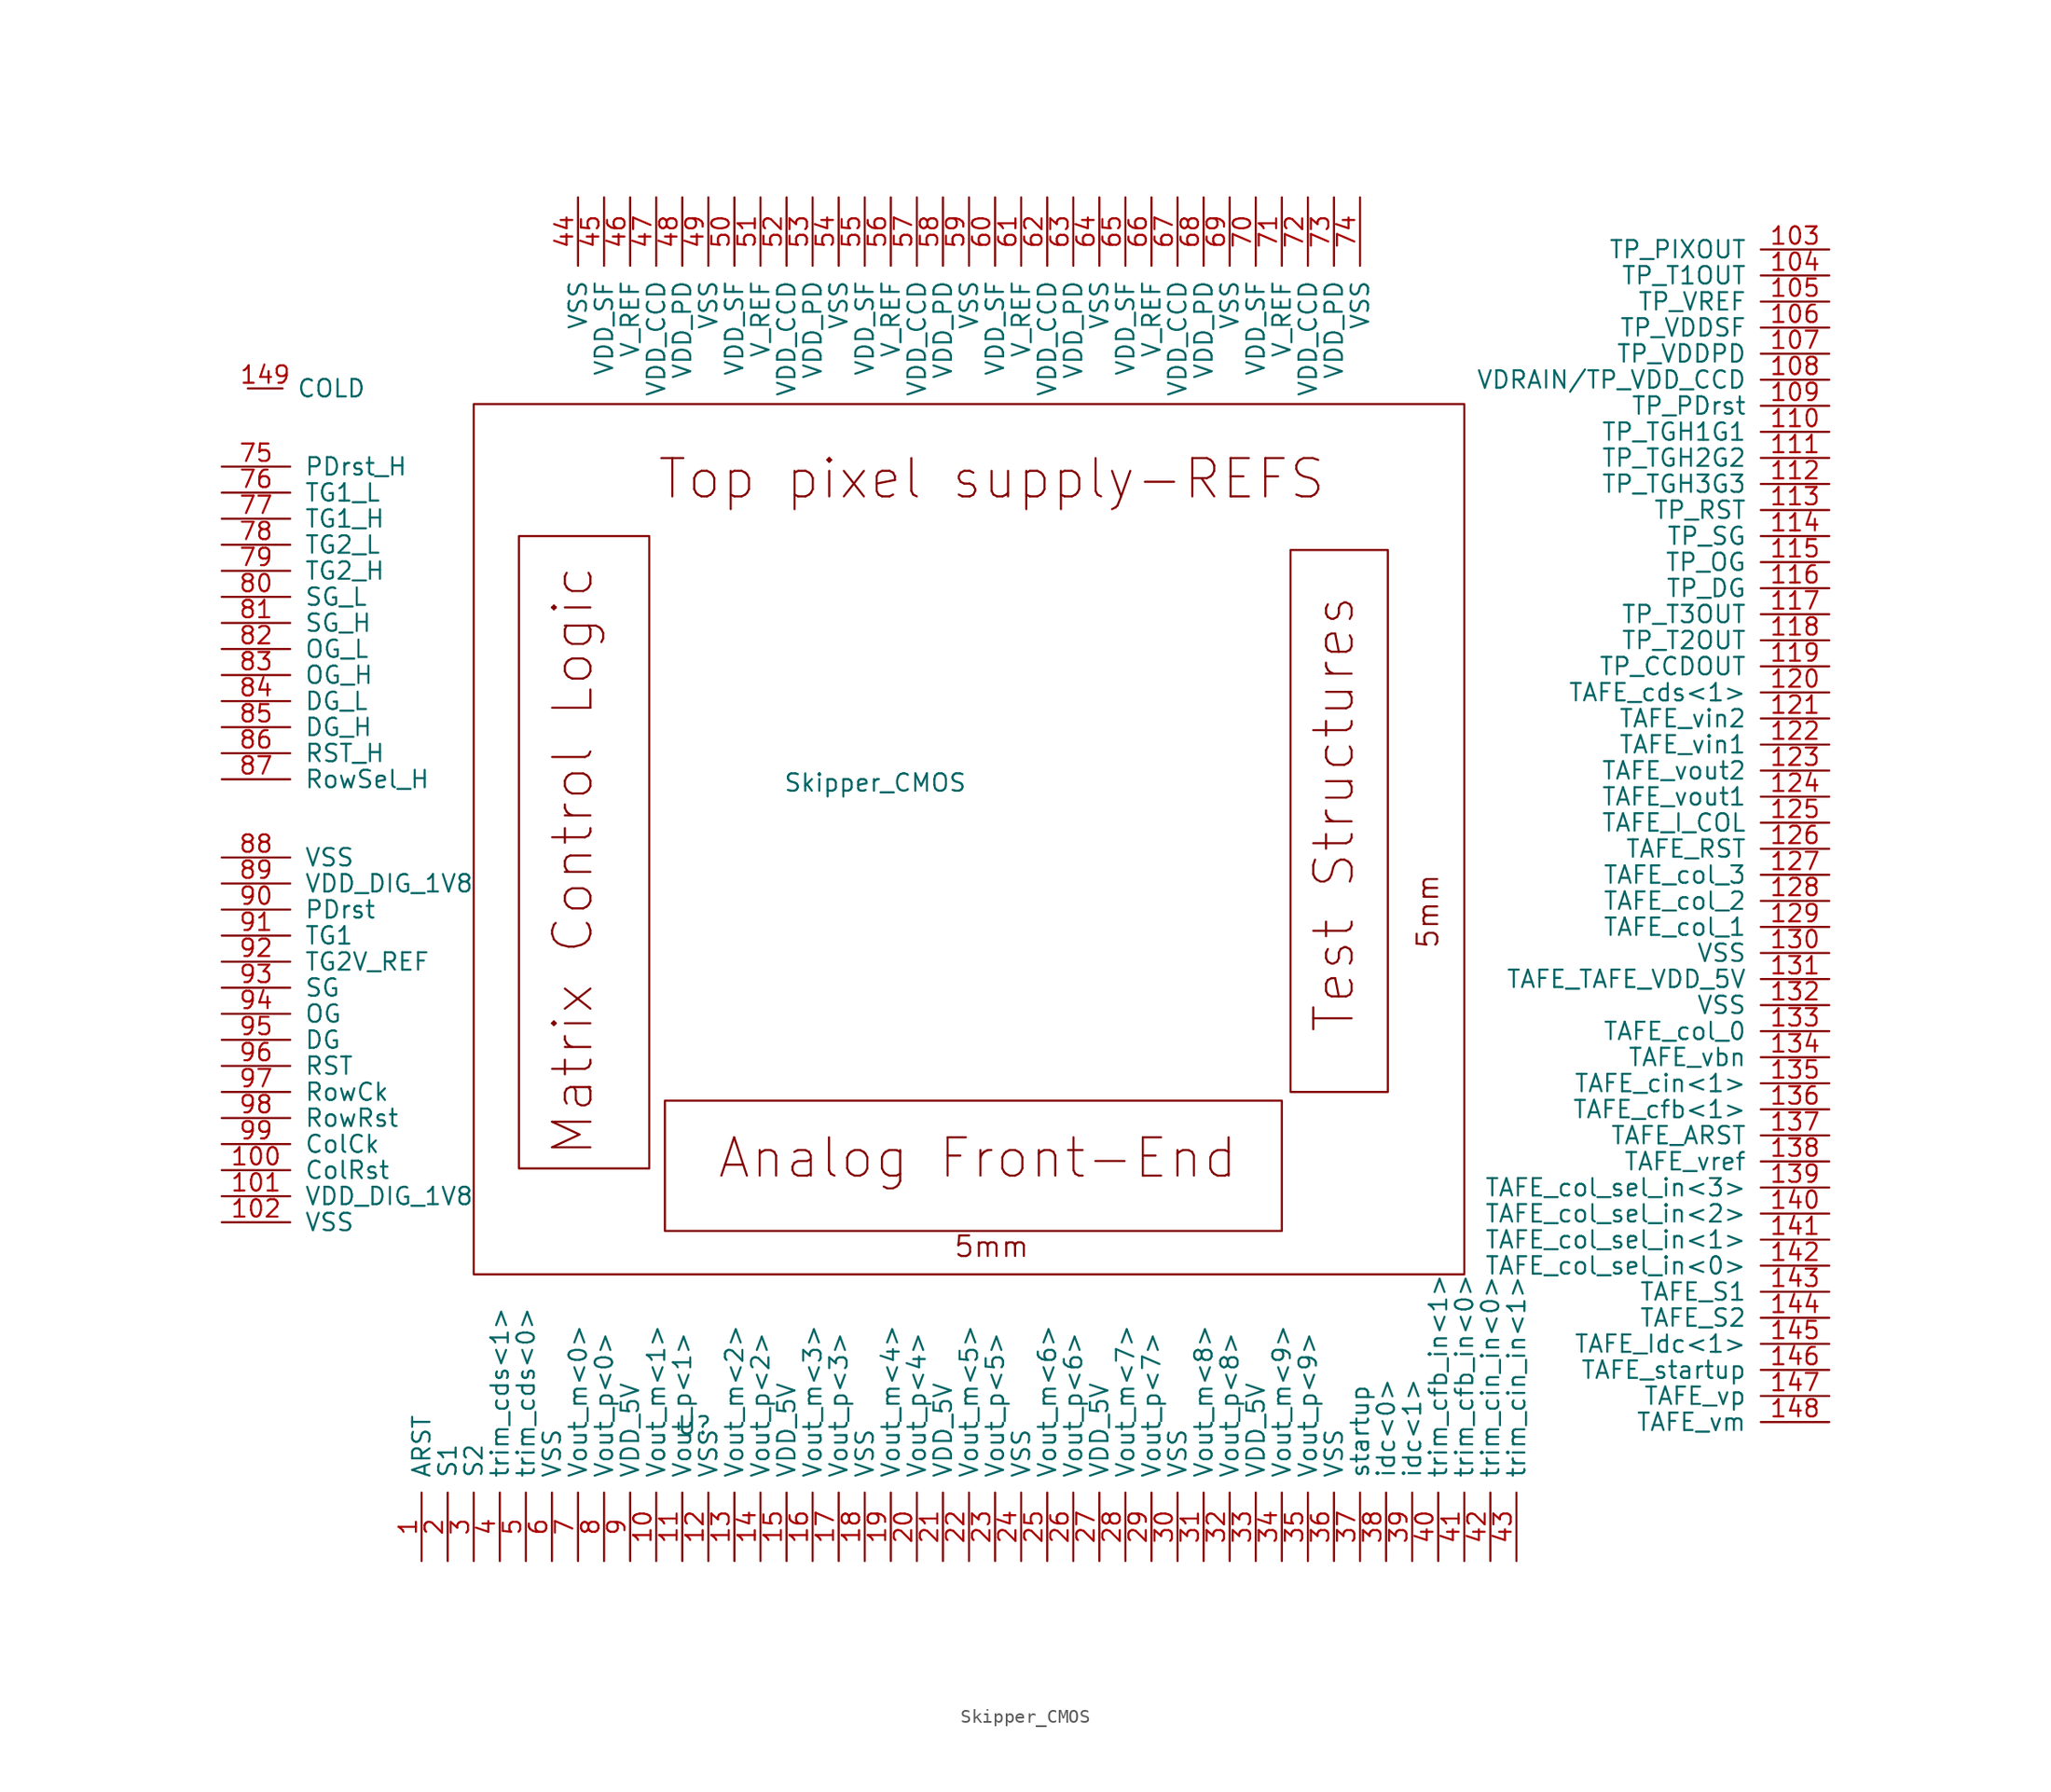
<source format=kicad_sym>
(kicad_symbol_lib
  (version 20211014)
  (generator kicad_symbol_editor)
  (symbol "Skipper_CMOS"
    (pin_names
      (offset 1.016))
    (property "Reference" "U"
      (at -24.511 -37.719 0)
      (effects (font (size 1.27 1.27))))
    (property "Value" "Skipper_CMOS"
      (at -11.303 9.271 0)
      (effects (font (size 1.27 1.27))))
    (symbol "Skipper_CMOS_0_0"
      (text "5mm" (at -2.794 -24.638 0) (effects (font (size 1.5 1.5))))
      (text "5mm" (at 29.083 -0.127 900) (effects (font (size 1.5 1.5))))
      (text "Analog Front-End" (at -3.81 -18.161 0) (effects (font (size 2.8 2.8))))
      (text "Matrix Control Logic" (at -33.401 3.556 900) (effects (font (size 2.8 2.8))))
      (text "Test Structures" (at 22.225 6.985 900) (effects (font (size 2.8 2.8))))
      (text "Top pixel supply-REFS" (at -2.794 31.496 0) (effects (font (size 2.8 2.8)))))
    (symbol "Skipper_CMOS_0_1"
      (rectangle (start -40.64 36.957) (end 31.75 -26.67) (stroke (width 0) (type default) (color 0 0 0 0)) (fill (type none)))
      (rectangle (start -37.338 27.305) (end -27.813 -18.923) (stroke (width 0) (type default) (color 0 0 0 0)) (fill (type none)))
      (rectangle (start -26.67 -13.97) (end 18.415 -23.495) (stroke (width 0) (type default) (color 0 0 0 0)) (fill (type none)))
      (rectangle (start 19.05 26.289) (end 26.162 -13.335) (stroke (width 0) (type default) (color 0 0 0 0)) (fill (type none))))
    (symbol "Skipper_CMOS_1_1"
      (pin input line (at -44.45 -47.625 90) (length 5.004) (name "ARST" (effects (font (size 1.27 1.27)))) (number "1" (effects (font (size 1.27 1.27)))))
      (pin output line (at -27.305 -47.625 90) (length 5.004) (name "Vout_m<1>" (effects (font (size 1.27 1.27)))) (number "10" (effects (font (size 1.27 1.27)))))
      (pin input line (at -59.055 -19.05 0) (length 5.004) (name "ColRst" (effects (font (size 1.27 1.27)))) (number "100" (effects (font (size 1.27 1.27)))))
      (pin input line (at -59.055 -20.955 0) (length 5.004) (name "VDD_DIG_1V8" (effects (font (size 1.27 1.27)))) (number "101" (effects (font (size 1.27 1.27)))))
      (pin input line (at -59.055 -22.86 0) (length 5.004) (name "VSS" (effects (font (size 1.27 1.27)))) (number "102" (effects (font (size 1.27 1.27)))))
      (pin output line (at 58.42 48.26 180) (length 5.004) (name "TP_PIXOUT" (effects (font (size 1.27 1.27)))) (number "103" (effects (font (size 1.27 1.27)))))
      (pin output line (at 58.42 46.355 180) (length 5.004) (name "TP_T1OUT" (effects (font (size 1.27 1.27)))) (number "104" (effects (font (size 1.27 1.27)))))
      (pin input line (at 58.42 44.45 180) (length 5.004) (name "TP_VREF" (effects (font (size 1.27 1.27)))) (number "105" (effects (font (size 1.27 1.27)))))
      (pin input line (at 58.42 42.545 180) (length 5.004) (name "TP_VDDSF" (effects (font (size 1.27 1.27)))) (number "106" (effects (font (size 1.27 1.27)))))
      (pin input line (at 58.42 40.64 180) (length 5.004) (name "TP_VDDPD" (effects (font (size 1.27 1.27)))) (number "107" (effects (font (size 1.27 1.27)))))
      (pin input line (at 58.42 38.735 180) (length 5.004) (name "VDRAIN​/TP_VDD_CCD" (effects (font (size 1.27 1.27)))) (number "108" (effects (font (size 1.27 1.27)))))
      (pin input line (at 58.42 36.83 180) (length 5.004) (name "TP_PDrst" (effects (font (size 1.27 1.27)))) (number "109" (effects (font (size 1.27 1.27)))))
      (pin output line (at -25.4 -47.625 90) (length 5.004) (name "Vout_p<1>" (effects (font (size 1.27 1.27)))) (number "11" (effects (font (size 1.27 1.27)))))
      (pin input line (at 58.42 34.925 180) (length 5.004) (name "TP_TGH1G1" (effects (font (size 1.27 1.27)))) (number "110" (effects (font (size 1.27 1.27)))))
      (pin input line (at 58.42 33.02 180) (length 5.004) (name "TP_TGH2G2" (effects (font (size 1.27 1.27)))) (number "111" (effects (font (size 1.27 1.27)))))
      (pin input line (at 58.42 31.115 180) (length 5.004) (name "TP_TGH3G3" (effects (font (size 1.27 1.27)))) (number "112" (effects (font (size 1.27 1.27)))))
      (pin input line (at 58.42 29.21 180) (length 5.004) (name "TP_RST" (effects (font (size 1.27 1.27)))) (number "113" (effects (font (size 1.27 1.27)))))
      (pin input line (at 58.42 27.305 180) (length 5.004) (name "TP_SG" (effects (font (size 1.27 1.27)))) (number "114" (effects (font (size 1.27 1.27)))))
      (pin input line (at 58.42 25.4 180) (length 5.004) (name "TP_OG" (effects (font (size 1.27 1.27)))) (number "115" (effects (font (size 1.27 1.27)))))
      (pin input line (at 58.42 23.495 180) (length 5.004) (name "TP_DG" (effects (font (size 1.27 1.27)))) (number "116" (effects (font (size 1.27 1.27)))))
      (pin output line (at 58.42 21.59 180) (length 5.004) (name "TP_T3OUT" (effects (font (size 1.27 1.27)))) (number "117" (effects (font (size 1.27 1.27)))))
      (pin output line (at 58.42 19.685 180) (length 5.004) (name "TP_T2OUT" (effects (font (size 1.27 1.27)))) (number "118" (effects (font (size 1.27 1.27)))))
      (pin output line (at 58.42 17.78 180) (length 5.004) (name "TP_CCDOUT" (effects (font (size 1.27 1.27)))) (number "119" (effects (font (size 1.27 1.27)))))
      (pin input line (at -23.495 -47.625 90) (length 5.004) (name "VSS" (effects (font (size 1.27 1.27)))) (number "12" (effects (font (size 1.27 1.27)))))
      (pin input line (at 58.42 15.875 180) (length 5.004) (name "TAFE_cds<1>​" (effects (font (size 1.27 1.27)))) (number "120" (effects (font (size 1.27 1.27)))))
      (pin input line (at 58.42 13.97 180) (length 5.004) (name "TAFE_vin2​" (effects (font (size 1.27 1.27)))) (number "121" (effects (font (size 1.27 1.27)))))
      (pin input line (at 58.42 12.065 180) (length 5.004) (name "TAFE_vin1​" (effects (font (size 1.27 1.27)))) (number "122" (effects (font (size 1.27 1.27)))))
      (pin output line (at 58.42 10.16 180) (length 5.004) (name "TAFE_vout2​" (effects (font (size 1.27 1.27)))) (number "123" (effects (font (size 1.27 1.27)))))
      (pin output line (at 58.42 8.255 180) (length 5.004) (name "TAFE_vout1​" (effects (font (size 1.27 1.27)))) (number "124" (effects (font (size 1.27 1.27)))))
      (pin input line (at 58.42 6.35 180) (length 5.004) (name "TAFE_I_COL​" (effects (font (size 1.27 1.27)))) (number "125" (effects (font (size 1.27 1.27)))))
      (pin input line (at 58.42 4.445 180) (length 5.004) (name "TAFE_RST" (effects (font (size 1.27 1.27)))) (number "126" (effects (font (size 1.27 1.27)))))
      (pin input line (at 58.42 2.54 180) (length 5.004) (name "TAFE_col_3" (effects (font (size 1.27 1.27)))) (number "127" (effects (font (size 1.27 1.27)))))
      (pin input line (at 58.42 0.635 180) (length 5.004) (name "TAFE_col_2" (effects (font (size 1.27 1.27)))) (number "128" (effects (font (size 1.27 1.27)))))
      (pin input line (at 58.42 -1.27 180) (length 5.004) (name "TAFE_col_1​" (effects (font (size 1.27 1.27)))) (number "129" (effects (font (size 1.27 1.27)))))
      (pin output line (at -21.59 -47.625 90) (length 5.004) (name "Vout_m<2>" (effects (font (size 1.27 1.27)))) (number "13" (effects (font (size 1.27 1.27)))))
      (pin input line (at 58.42 -3.175 180) (length 5.004) (name "VSS" (effects (font (size 1.27 1.27)))) (number "130" (effects (font (size 1.27 1.27)))))
      (pin input line (at 58.42 -5.08 180) (length 5.004) (name "TAFE_TAFE_VDD_5V" (effects (font (size 1.27 1.27)))) (number "131" (effects (font (size 1.27 1.27)))))
      (pin output line (at 58.42 -6.985 180) (length 5.004) (name "VSS" (effects (font (size 1.27 1.27)))) (number "132" (effects (font (size 1.27 1.27)))))
      (pin input line (at 58.42 -8.89 180) (length 5.004) (name "TAFE_col_0" (effects (font (size 1.27 1.27)))) (number "133" (effects (font (size 1.27 1.27)))))
      (pin input line (at 58.42 -10.795 180) (length 5.004) (name "TAFE_vbn​" (effects (font (size 1.27 1.27)))) (number "134" (effects (font (size 1.27 1.27)))))
      (pin input line (at 58.42 -12.7 180) (length 5.004) (name "TAFE_cin<1>​" (effects (font (size 1.27 1.27)))) (number "135" (effects (font (size 1.27 1.27)))))
      (pin input line (at 58.42 -14.605 180) (length 5.004) (name "TAFE_cfb<1>​" (effects (font (size 1.27 1.27)))) (number "136" (effects (font (size 1.27 1.27)))))
      (pin input line (at 58.42 -16.51 180) (length 5.004) (name "TAFE_ARST" (effects (font (size 1.27 1.27)))) (number "137" (effects (font (size 1.27 1.27)))))
      (pin input line (at 58.42 -18.415 180) (length 5.004) (name "TAFE_vref​" (effects (font (size 1.27 1.27)))) (number "138" (effects (font (size 1.27 1.27)))))
      (pin input line (at 58.42 -20.32 180) (length 5.004) (name "TAFE_col_sel_in<3>​" (effects (font (size 1.27 1.27)))) (number "139" (effects (font (size 1.27 1.27)))))
      (pin output line (at -19.685 -47.625 90) (length 5.004) (name "Vout_p<2>" (effects (font (size 1.27 1.27)))) (number "14" (effects (font (size 1.27 1.27)))))
      (pin input line (at 58.42 -22.225 180) (length 5.004) (name "TAFE_col_sel_in<2>​" (effects (font (size 1.27 1.27)))) (number "140" (effects (font (size 1.27 1.27)))))
      (pin input line (at 58.42 -24.13 180) (length 5.004) (name "TAFE_col_sel_in<1>​" (effects (font (size 1.27 1.27)))) (number "141" (effects (font (size 1.27 1.27)))))
      (pin input line (at 58.42 -26.035 180) (length 5.004) (name "TAFE_col_sel_in<0>​" (effects (font (size 1.27 1.27)))) (number "142" (effects (font (size 1.27 1.27)))))
      (pin input line (at 58.42 -27.94 180) (length 5.004) (name "TAFE_S1" (effects (font (size 1.27 1.27)))) (number "143" (effects (font (size 1.27 1.27)))))
      (pin input line (at 58.42 -29.845 180) (length 5.004) (name "TAFE_S2" (effects (font (size 1.27 1.27)))) (number "144" (effects (font (size 1.27 1.27)))))
      (pin input line (at 58.42 -31.75 180) (length 5.004) (name "TAFE_Idc<1>​" (effects (font (size 1.27 1.27)))) (number "145" (effects (font (size 1.27 1.27)))))
      (pin input line (at 58.42 -33.655 180) (length 5.004) (name "TAFE_startup" (effects (font (size 1.27 1.27)))) (number "146" (effects (font (size 1.27 1.27)))))
      (pin input line (at 58.42 -35.56 180) (length 5.004) (name "TAFE_vp" (effects (font (size 1.27 1.27)))) (number "147" (effects (font (size 1.27 1.27)))))
      (pin input line (at 58.42 -37.465 180) (length 5.004) (name "TAFE_vm" (effects (font (size 1.27 1.27)))) (number "148" (effects (font (size 1.27 1.27)))))
      (pin input line (at -57.15 38.1 0) (length 2.54) (name "COLD" (effects (font (size 1.27 1.27)))) (number "149" (effects (font (size 1.27 1.27)))))
      (pin input line (at -17.78 -47.625 90) (length 5.004) (name "VDD_5V" (effects (font (size 1.27 1.27)))) (number "15" (effects (font (size 1.27 1.27)))))
      (pin output line (at -15.875 -47.625 90) (length 5.004) (name "Vout_m<3>" (effects (font (size 1.27 1.27)))) (number "16" (effects (font (size 1.27 1.27)))))
      (pin output line (at -13.97 -47.625 90) (length 5.004) (name "Vout_p<3>" (effects (font (size 1.27 1.27)))) (number "17" (effects (font (size 1.27 1.27)))))
      (pin input line (at -12.065 -47.625 90) (length 5.004) (name "VSS" (effects (font (size 1.27 1.27)))) (number "18" (effects (font (size 1.27 1.27)))))
      (pin output line (at -10.16 -47.625 90) (length 5.004) (name "Vout_m<4>" (effects (font (size 1.27 1.27)))) (number "19" (effects (font (size 1.27 1.27)))))
      (pin input line (at -42.545 -47.625 90) (length 5.004) (name "S1" (effects (font (size 1.27 1.27)))) (number "2" (effects (font (size 1.27 1.27)))))
      (pin output line (at -8.255 -47.625 90) (length 5.004) (name "Vout_p<4>" (effects (font (size 1.27 1.27)))) (number "20" (effects (font (size 1.27 1.27)))))
      (pin input line (at -6.35 -47.625 90) (length 5.004) (name "VDD_5V" (effects (font (size 1.27 1.27)))) (number "21" (effects (font (size 1.27 1.27)))))
      (pin output line (at -4.445 -47.625 90) (length 5.004) (name "Vout_m<5>" (effects (font (size 1.27 1.27)))) (number "22" (effects (font (size 1.27 1.27)))))
      (pin output line (at -2.54 -47.625 90) (length 5.004) (name "Vout_p<5>" (effects (font (size 1.27 1.27)))) (number "23" (effects (font (size 1.27 1.27)))))
      (pin input line (at -0.635 -47.625 90) (length 5.004) (name "VSS" (effects (font (size 1.27 1.27)))) (number "24" (effects (font (size 1.27 1.27)))))
      (pin output line (at 1.27 -47.625 90) (length 5.004) (name "Vout_m<6>" (effects (font (size 1.27 1.27)))) (number "25" (effects (font (size 1.27 1.27)))))
      (pin output line (at 3.175 -47.625 90) (length 5.004) (name "Vout_p<6>" (effects (font (size 1.27 1.27)))) (number "26" (effects (font (size 1.27 1.27)))))
      (pin input line (at 5.08 -47.625 90) (length 5.004) (name "VDD_5V" (effects (font (size 1.27 1.27)))) (number "27" (effects (font (size 1.27 1.27)))))
      (pin output line (at 6.985 -47.625 90) (length 5.004) (name "Vout_m<7>" (effects (font (size 1.27 1.27)))) (number "28" (effects (font (size 1.27 1.27)))))
      (pin output line (at 8.89 -47.625 90) (length 5.004) (name "Vout_p<7>" (effects (font (size 1.27 1.27)))) (number "29" (effects (font (size 1.27 1.27)))))
      (pin input line (at -40.64 -47.625 90) (length 5.004) (name "S2" (effects (font (size 1.27 1.27)))) (number "3" (effects (font (size 1.27 1.27)))))
      (pin input line (at 10.795 -47.625 90) (length 5.004) (name "VSS" (effects (font (size 1.27 1.27)))) (number "30" (effects (font (size 1.27 1.27)))))
      (pin output line (at 12.7 -47.625 90) (length 5.004) (name "Vout_m<8>" (effects (font (size 1.27 1.27)))) (number "31" (effects (font (size 1.27 1.27)))))
      (pin output line (at 14.605 -47.625 90) (length 5.004) (name "Vout_p<8>" (effects (font (size 1.27 1.27)))) (number "32" (effects (font (size 1.27 1.27)))))
      (pin input line (at 16.51 -47.625 90) (length 5.004) (name "VDD_5V" (effects (font (size 1.27 1.27)))) (number "33" (effects (font (size 1.27 1.27)))))
      (pin output line (at 18.415 -47.625 90) (length 5.004) (name "Vout_m<9>" (effects (font (size 1.27 1.27)))) (number "34" (effects (font (size 1.27 1.27)))))
      (pin output line (at 20.32 -47.625 90) (length 5.004) (name "Vout_p<9>" (effects (font (size 1.27 1.27)))) (number "35" (effects (font (size 1.27 1.27)))))
      (pin input line (at 22.225 -47.625 90) (length 5.004) (name "VSS" (effects (font (size 1.27 1.27)))) (number "36" (effects (font (size 1.27 1.27)))))
      (pin input line (at 24.13 -47.625 90) (length 5.004) (name "startup" (effects (font (size 1.27 1.27)))) (number "37" (effects (font (size 1.27 1.27)))))
      (pin input line (at 26.035 -47.625 90) (length 5.004) (name "idc<0>" (effects (font (size 1.27 1.27)))) (number "38" (effects (font (size 1.27 1.27)))))
      (pin input line (at 27.94 -47.625 90) (length 5.004) (name "idc<1>" (effects (font (size 1.27 1.27)))) (number "39" (effects (font (size 1.27 1.27)))))
      (pin input line (at -38.735 -47.625 90) (length 5.004) (name "trim_cds<1>" (effects (font (size 1.27 1.27)))) (number "4" (effects (font (size 1.27 1.27)))))
      (pin input line (at 29.845 -47.625 90) (length 5.004) (name "trim_cfb_in<1>" (effects (font (size 1.27 1.27)))) (number "40" (effects (font (size 1.27 1.27)))))
      (pin input line (at 31.75 -47.625 90) (length 5.004) (name "trim_cfb_in<0>" (effects (font (size 1.27 1.27)))) (number "41" (effects (font (size 1.27 1.27)))))
      (pin input line (at 33.655 -47.625 90) (length 5.004) (name "trim_cin_in<0>" (effects (font (size 1.27 1.27)))) (number "42" (effects (font (size 1.27 1.27)))))
      (pin input line (at 35.56 -47.625 90) (length 5.004) (name "trim_cin_in<1>" (effects (font (size 1.27 1.27)))) (number "43" (effects (font (size 1.27 1.27)))))
      (pin input line (at -33.02 52.07 270) (length 5.004) (name "VSS" (effects (font (size 1.27 1.27)))) (number "44" (effects (font (size 1.27 1.27)))))
      (pin input line (at -31.115 52.07 270) (length 5.004) (name "VDD_SF" (effects (font (size 1.27 1.27)))) (number "45" (effects (font (size 1.27 1.27)))))
      (pin input line (at -29.21 52.07 270) (length 5.004) (name "V_REF" (effects (font (size 1.27 1.27)))) (number "46" (effects (font (size 1.27 1.27)))))
      (pin input line (at -27.305 52.07 270) (length 5.004) (name "VDD_CCD" (effects (font (size 1.27 1.27)))) (number "47" (effects (font (size 1.27 1.27)))))
      (pin input line (at -25.4 52.07 270) (length 5.004) (name "VDD_PD" (effects (font (size 1.27 1.27)))) (number "48" (effects (font (size 1.27 1.27)))))
      (pin input line (at -23.495 52.07 270) (length 5.004) (name "VSS" (effects (font (size 1.27 1.27)))) (number "49" (effects (font (size 1.27 1.27)))))
      (pin input line (at -36.83 -47.625 90) (length 5.004) (name "trim_cds<0>" (effects (font (size 1.27 1.27)))) (number "5" (effects (font (size 1.27 1.27)))))
      (pin input line (at -21.59 52.07 270) (length 5.004) (name "VDD_SF" (effects (font (size 1.27 1.27)))) (number "50" (effects (font (size 1.27 1.27)))))
      (pin input line (at -19.685 52.07 270) (length 5.004) (name "V_REF" (effects (font (size 1.27 1.27)))) (number "51" (effects (font (size 1.27 1.27)))))
      (pin input line (at -17.78 52.07 270) (length 5.004) (name "VDD_CCD" (effects (font (size 1.27 1.27)))) (number "52" (effects (font (size 1.27 1.27)))))
      (pin input line (at -15.875 52.07 270) (length 5.004) (name "VDD_PD" (effects (font (size 1.27 1.27)))) (number "53" (effects (font (size 1.27 1.27)))))
      (pin input line (at -13.97 52.07 270) (length 5.004) (name "VSS" (effects (font (size 1.27 1.27)))) (number "54" (effects (font (size 1.27 1.27)))))
      (pin input line (at -12.065 52.07 270) (length 5.004) (name "VDD_SF" (effects (font (size 1.27 1.27)))) (number "55" (effects (font (size 1.27 1.27)))))
      (pin input line (at -10.16 52.07 270) (length 5.004) (name "V_REF" (effects (font (size 1.27 1.27)))) (number "56" (effects (font (size 1.27 1.27)))))
      (pin input line (at -8.255 52.07 270) (length 5.004) (name "VDD_CCD" (effects (font (size 1.27 1.27)))) (number "57" (effects (font (size 1.27 1.27)))))
      (pin input line (at -6.35 52.07 270) (length 5.004) (name "VDD_PD" (effects (font (size 1.27 1.27)))) (number "58" (effects (font (size 1.27 1.27)))))
      (pin input line (at -4.445 52.07 270) (length 5.004) (name "VSS" (effects (font (size 1.27 1.27)))) (number "59" (effects (font (size 1.27 1.27)))))
      (pin input line (at -34.925 -47.625 90) (length 5.004) (name "VSS" (effects (font (size 1.27 1.27)))) (number "6" (effects (font (size 1.27 1.27)))))
      (pin input line (at -2.54 52.07 270) (length 5.004) (name "VDD_SF" (effects (font (size 1.27 1.27)))) (number "60" (effects (font (size 1.27 1.27)))))
      (pin input line (at -0.635 52.07 270) (length 5.004) (name "V_REF" (effects (font (size 1.27 1.27)))) (number "61" (effects (font (size 1.27 1.27)))))
      (pin input line (at 1.27 52.07 270) (length 5.004) (name "VDD_CCD" (effects (font (size 1.27 1.27)))) (number "62" (effects (font (size 1.27 1.27)))))
      (pin input line (at 3.175 52.07 270) (length 5.004) (name "VDD_PD" (effects (font (size 1.27 1.27)))) (number "63" (effects (font (size 1.27 1.27)))))
      (pin input line (at 5.08 52.07 270) (length 5.004) (name "VSS" (effects (font (size 1.27 1.27)))) (number "64" (effects (font (size 1.27 1.27)))))
      (pin input line (at 6.985 52.07 270) (length 5.004) (name "VDD_SF" (effects (font (size 1.27 1.27)))) (number "65" (effects (font (size 1.27 1.27)))))
      (pin input line (at 8.89 52.07 270) (length 5.004) (name "V_REF" (effects (font (size 1.27 1.27)))) (number "66" (effects (font (size 1.27 1.27)))))
      (pin input line (at 10.795 52.07 270) (length 5.004) (name "VDD_CCD" (effects (font (size 1.27 1.27)))) (number "67" (effects (font (size 1.27 1.27)))))
      (pin input line (at 12.7 52.07 270) (length 5.004) (name "VDD_PD" (effects (font (size 1.27 1.27)))) (number "68" (effects (font (size 1.27 1.27)))))
      (pin input line (at 14.605 52.07 270) (length 5.004) (name "VSS" (effects (font (size 1.27 1.27)))) (number "69" (effects (font (size 1.27 1.27)))))
      (pin output line (at -33.02 -47.625 90) (length 5.004) (name "Vout_m<0>" (effects (font (size 1.27 1.27)))) (number "7" (effects (font (size 1.27 1.27)))))
      (pin input line (at 16.51 52.07 270) (length 5.004) (name "VDD_SF" (effects (font (size 1.27 1.27)))) (number "70" (effects (font (size 1.27 1.27)))))
      (pin input line (at 18.415 52.07 270) (length 5.004) (name "V_REF" (effects (font (size 1.27 1.27)))) (number "71" (effects (font (size 1.27 1.27)))))
      (pin input line (at 20.32 52.07 270) (length 5.004) (name "VDD_CCD" (effects (font (size 1.27 1.27)))) (number "72" (effects (font (size 1.27 1.27)))))
      (pin input line (at 22.225 52.07 270) (length 5.004) (name "VDD_PD" (effects (font (size 1.27 1.27)))) (number "73" (effects (font (size 1.27 1.27)))))
      (pin input line (at 24.13 52.07 270) (length 5.004) (name "VSS" (effects (font (size 1.27 1.27)))) (number "74" (effects (font (size 1.27 1.27)))))
      (pin input line (at -59.055 32.385 0) (length 5.004) (name "PDrst_H" (effects (font (size 1.27 1.27)))) (number "75" (effects (font (size 1.27 1.27)))))
      (pin input line (at -59.055 30.48 0) (length 5.004) (name "TG1_L" (effects (font (size 1.27 1.27)))) (number "76" (effects (font (size 1.27 1.27)))))
      (pin input line (at -59.055 28.575 0) (length 5.004) (name "TG1_H" (effects (font (size 1.27 1.27)))) (number "77" (effects (font (size 1.27 1.27)))))
      (pin input line (at -59.055 26.67 0) (length 5.004) (name "TG2_L" (effects (font (size 1.27 1.27)))) (number "78" (effects (font (size 1.27 1.27)))))
      (pin input line (at -59.055 24.765 0) (length 5.004) (name "TG2_H" (effects (font (size 1.27 1.27)))) (number "79" (effects (font (size 1.27 1.27)))))
      (pin output line (at -31.115 -47.625 90) (length 5.004) (name "Vout_p<0>" (effects (font (size 1.27 1.27)))) (number "8" (effects (font (size 1.27 1.27)))))
      (pin input line (at -59.055 22.86 0) (length 5.004) (name "SG_L" (effects (font (size 1.27 1.27)))) (number "80" (effects (font (size 1.27 1.27)))))
      (pin input line (at -59.055 20.955 0) (length 5.004) (name "SG_H" (effects (font (size 1.27 1.27)))) (number "81" (effects (font (size 1.27 1.27)))))
      (pin input line (at -59.055 19.05 0) (length 5.004) (name "OG_L" (effects (font (size 1.27 1.27)))) (number "82" (effects (font (size 1.27 1.27)))))
      (pin input line (at -59.055 17.145 0) (length 5.004) (name "OG_H" (effects (font (size 1.27 1.27)))) (number "83" (effects (font (size 1.27 1.27)))))
      (pin input line (at -59.055 15.24 0) (length 5.004) (name "DG_L" (effects (font (size 1.27 1.27)))) (number "84" (effects (font (size 1.27 1.27)))))
      (pin input line (at -59.055 13.335 0) (length 5.004) (name "DG_H" (effects (font (size 1.27 1.27)))) (number "85" (effects (font (size 1.27 1.27)))))
      (pin input line (at -59.055 11.43 0) (length 5.004) (name "RST_H" (effects (font (size 1.27 1.27)))) (number "86" (effects (font (size 1.27 1.27)))))
      (pin input line (at -59.055 9.525 0) (length 5.004) (name "RowSel_H" (effects (font (size 1.27 1.27)))) (number "87" (effects (font (size 1.27 1.27)))))
      (pin input line (at -59.055 3.81 0) (length 5.004) (name "VSS" (effects (font (size 1.27 1.27)))) (number "88" (effects (font (size 1.27 1.27)))))
      (pin input line (at -59.055 1.905 0) (length 5.004) (name "VDD_DIG_1V8" (effects (font (size 1.27 1.27)))) (number "89" (effects (font (size 1.27 1.27)))))
      (pin input line (at -29.21 -47.625 90) (length 5.004) (name "VDD_5V" (effects (font (size 1.27 1.27)))) (number "9" (effects (font (size 1.27 1.27)))))
      (pin input line (at -59.055 0 0) (length 5.004) (name "PDrst" (effects (font (size 1.27 1.27)))) (number "90" (effects (font (size 1.27 1.27)))))
      (pin input line (at -59.055 -1.905 0) (length 5.004) (name "TG1" (effects (font (size 1.27 1.27)))) (number "91" (effects (font (size 1.27 1.27)))))
      (pin input line (at -59.055 -3.81 0) (length 5.004) (name "TG2V_REF" (effects (font (size 1.27 1.27)))) (number "92" (effects (font (size 1.27 1.27)))))
      (pin input line (at -59.055 -5.715 0) (length 5.004) (name "SG" (effects (font (size 1.27 1.27)))) (number "93" (effects (font (size 1.27 1.27)))))
      (pin input line (at -59.055 -7.62 0) (length 5.004) (name "OG" (effects (font (size 1.27 1.27)))) (number "94" (effects (font (size 1.27 1.27)))))
      (pin input line (at -59.055 -9.525 0) (length 5.004) (name "DG" (effects (font (size 1.27 1.27)))) (number "95" (effects (font (size 1.27 1.27)))))
      (pin input line (at -59.055 -11.43 0) (length 5.004) (name "RST" (effects (font (size 1.27 1.27)))) (number "96" (effects (font (size 1.27 1.27)))))
      (pin input line (at -59.055 -13.335 0) (length 5.004) (name "RowCk" (effects (font (size 1.27 1.27)))) (number "97" (effects (font (size 1.27 1.27)))))
      (pin input line (at -59.055 -15.24 0) (length 5.004) (name "RowRst" (effects (font (size 1.27 1.27)))) (number "98" (effects (font (size 1.27 1.27)))))
      (pin input line (at -59.055 -17.145 0) (length 5.004) (name "ColCk" (effects (font (size 1.27 1.27)))) (number "99" (effects (font (size 1.27 1.27))))))))
</source>
